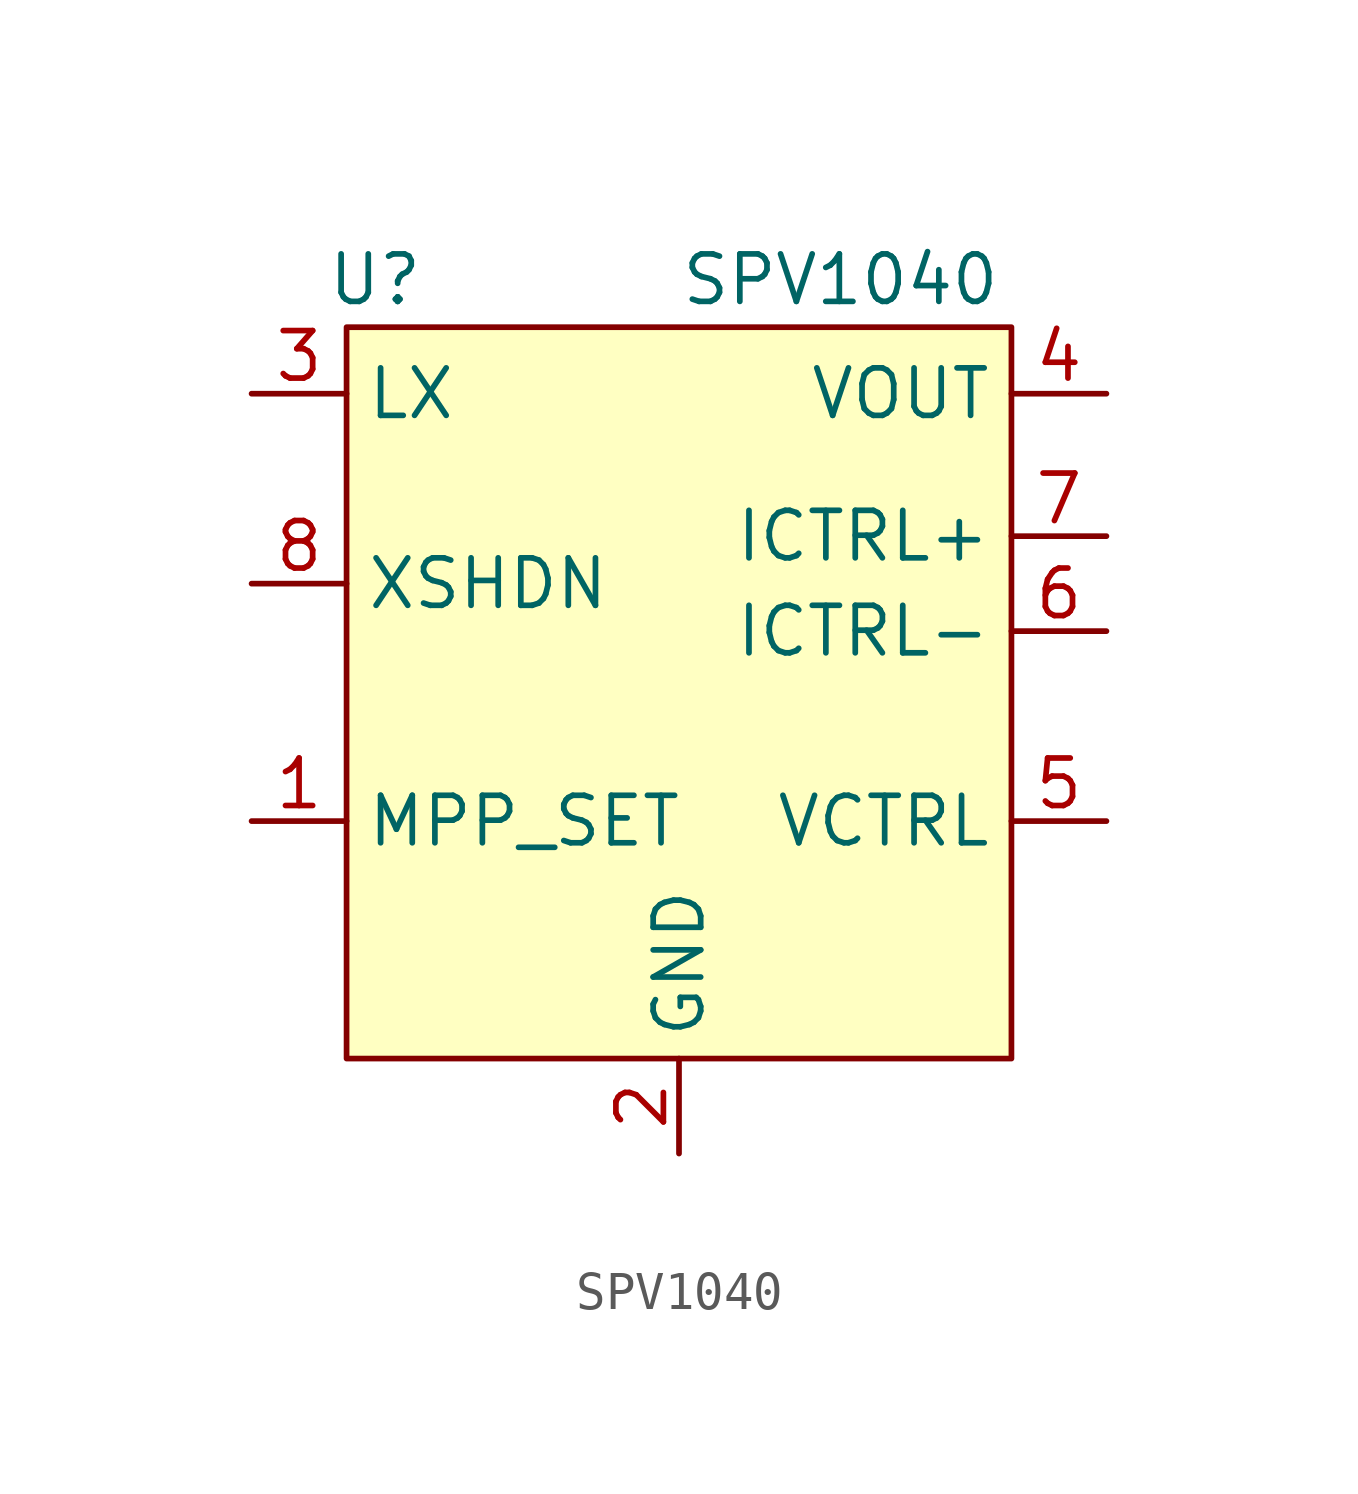
<source format=kicad_sym>
(kicad_symbol_lib
  (version 20231120)
  (generator "kicad_symbol_editor")
  (generator_version "8.0")
  (symbol "SPV1040"
    (property "Reference" "U"
      (at -8.128 10.668 0)
      (effects (font (size 1.27 1.27))))
    (property "Value" "SPV1040"
      (at 4.318 10.668 0)
      (effects (font (size 1.27 1.27))))
    (symbol "SPV1040_0_0"
      (pin power_in line (at 0 -12.7 90) (length 2.54) (name "GND" (effects (font (size 1.27 1.27)))) (number "2" (effects (font (size 1.27 1.27)))))
      (pin power_out line (at 11.43 7.62 180) (length 2.54) (name "VOUT" (effects (font (size 1.27 1.27)))) (number "4" (effects (font (size 1.27 1.27)))))
      (pin input line (at 11.43 -3.81 180) (length 2.54) (name "VCTRL" (effects (font (size 1.27 1.27)))) (number "5" (effects (font (size 1.27 1.27)))))
      (pin input line (at 11.43 1.27 180) (length 2.54) (name "ICTRL-" (effects (font (size 1.27 1.27)))) (number "6" (effects (font (size 1.27 1.27)))))
      (pin input line (at 11.43 3.81 180) (length 2.54) (name "ICTRL+" (effects (font (size 1.27 1.27)))) (number "7" (effects (font (size 1.27 1.27)))))
      (pin input line (at -11.43 2.54 0) (length 2.54) (name "XSHDN" (effects (font (size 1.27 1.27)))) (number "8" (effects (font (size 1.27 1.27))))))
    (symbol "SPV1040_1_0"
      (pin input line (at -11.43 -3.81 0) (length 2.54) (name "MPP_SET" (effects (font (size 1.27 1.27)))) (number "1" (effects (font (size 1.27 1.27)))))
      (pin input line (at -11.43 7.62 0) (length 2.54) (name "LX" (effects (font (size 1.27 1.27)))) (number "3" (effects (font (size 1.27 1.27))))))
    (symbol "SPV1040_1_1"
      (rectangle (start -8.89 9.398) (end 8.89 -10.16) (stroke (width 0) (type default)) (fill (type background))))))
</source>
